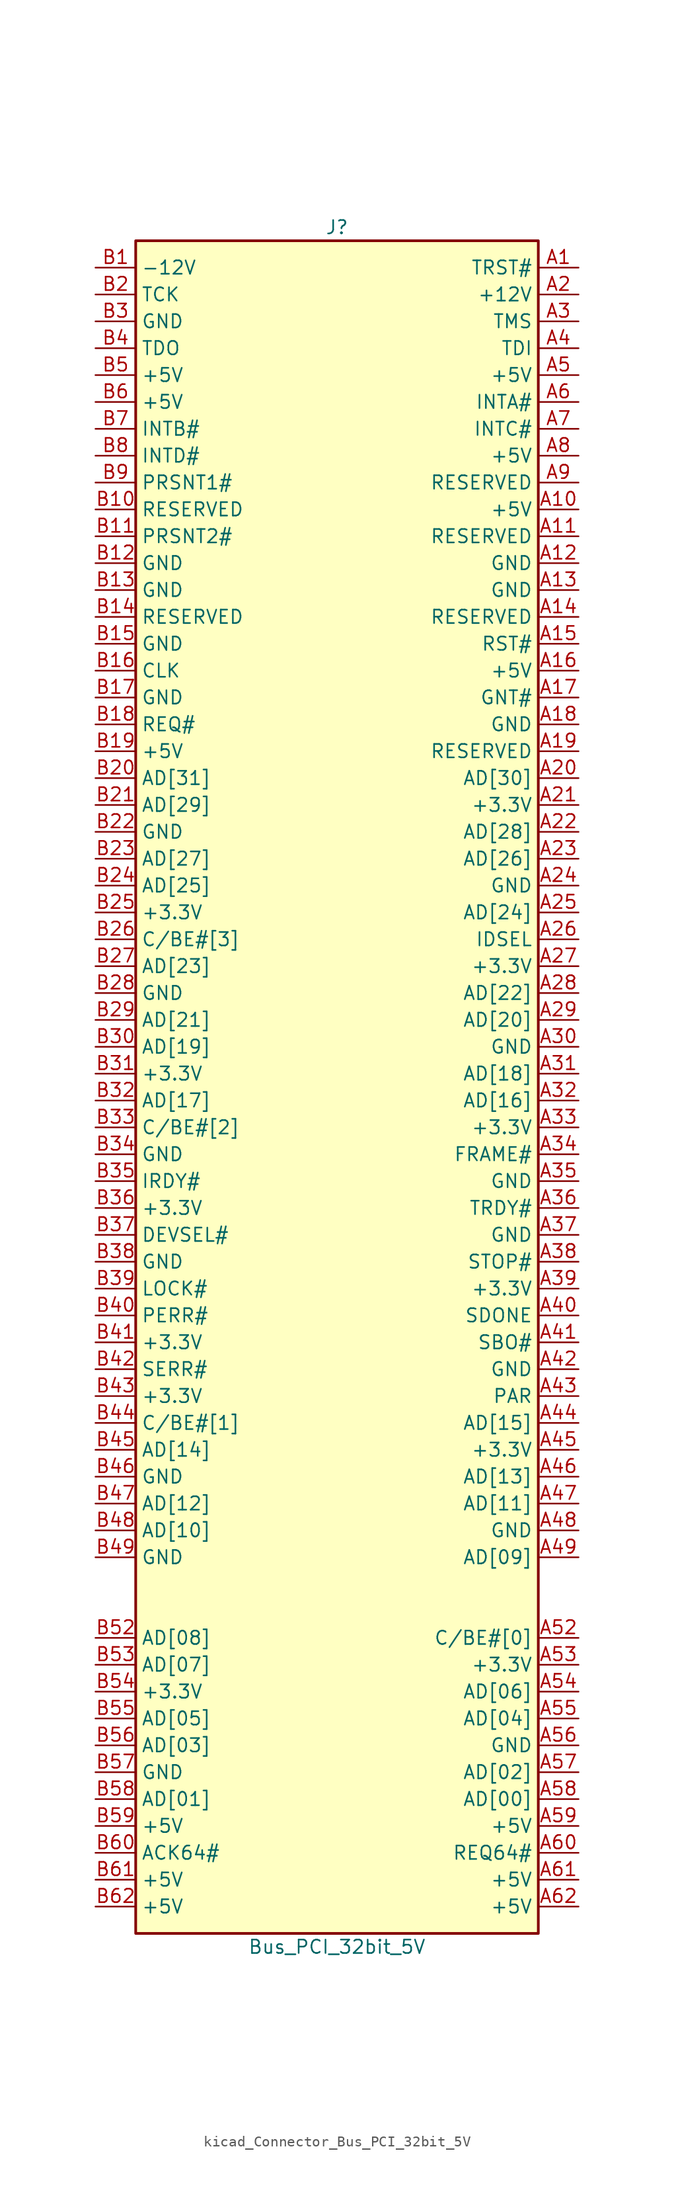
<source format=kicad_sym>
(kicad_symbol_lib
  (version 20220914)
  (generator kicad_symbol_editor)
  (symbol "kicad_Connector_Bus_PCI_32bit_5V"
    (property "Reference" "J"
      (at 0 80.01 0)
      (effects (font (size 1.27 1.27))))
    (property "Value" "Bus_PCI_32bit_5V"
      (at 0 -82.55 0)
      (effects (font (size 1.27 1.27))))
    (symbol "kicad_Connector_Bus_PCI_32bit_5V_0_1"
      (rectangle (start -19.05 -81.28) (end 19.05 78.74) (stroke (width 0.254) (type default)) (fill (type background))))
    (symbol "kicad_Connector_Bus_PCI_32bit_5V_1_1"
      (pin output line (at 22.86 76.2 180) (length 3.81) (name "TRST#" (effects (font (size 1.27 1.27)))) (number "A1" (effects (font (size 1.27 1.27)))))
      (pin power_in line (at 22.86 53.34 180) (length 3.81) (name "+5V" (effects (font (size 1.27 1.27)))) (number "A10" (effects (font (size 1.27 1.27)))))
      (pin passive line (at 22.86 50.8 180) (length 3.81) (name "RESERVED" (effects (font (size 1.27 1.27)))) (number "A11" (effects (font (size 1.27 1.27)))))
      (pin power_in line (at 22.86 48.26 180) (length 3.81) (name "GND" (effects (font (size 1.27 1.27)))) (number "A12" (effects (font (size 1.27 1.27)))))
      (pin power_in line (at 22.86 45.72 180) (length 3.81) (name "GND" (effects (font (size 1.27 1.27)))) (number "A13" (effects (font (size 1.27 1.27)))))
      (pin passive line (at 22.86 43.18 180) (length 3.81) (name "RESERVED" (effects (font (size 1.27 1.27)))) (number "A14" (effects (font (size 1.27 1.27)))))
      (pin output line (at 22.86 40.64 180) (length 3.81) (name "RST#" (effects (font (size 1.27 1.27)))) (number "A15" (effects (font (size 1.27 1.27)))))
      (pin power_in line (at 22.86 38.1 180) (length 3.81) (name "+5V" (effects (font (size 1.27 1.27)))) (number "A16" (effects (font (size 1.27 1.27)))))
      (pin bidirectional line (at 22.86 35.56 180) (length 3.81) (name "GNT#" (effects (font (size 1.27 1.27)))) (number "A17" (effects (font (size 1.27 1.27)))))
      (pin power_in line (at 22.86 33.02 180) (length 3.81) (name "GND" (effects (font (size 1.27 1.27)))) (number "A18" (effects (font (size 1.27 1.27)))))
      (pin passive line (at 22.86 30.48 180) (length 3.81) (name "RESERVED" (effects (font (size 1.27 1.27)))) (number "A19" (effects (font (size 1.27 1.27)))))
      (pin power_in line (at 22.86 73.66 180) (length 3.81) (name "+12V" (effects (font (size 1.27 1.27)))) (number "A2" (effects (font (size 1.27 1.27)))))
      (pin bidirectional line (at 22.86 27.94 180) (length 3.81) (name "AD[30]" (effects (font (size 1.27 1.27)))) (number "A20" (effects (font (size 1.27 1.27)))))
      (pin power_in line (at 22.86 25.4 180) (length 3.81) (name "+3.3V" (effects (font (size 1.27 1.27)))) (number "A21" (effects (font (size 1.27 1.27)))))
      (pin bidirectional line (at 22.86 22.86 180) (length 3.81) (name "AD[28]" (effects (font (size 1.27 1.27)))) (number "A22" (effects (font (size 1.27 1.27)))))
      (pin bidirectional line (at 22.86 20.32 180) (length 3.81) (name "AD[26]" (effects (font (size 1.27 1.27)))) (number "A23" (effects (font (size 1.27 1.27)))))
      (pin power_in line (at 22.86 17.78 180) (length 3.81) (name "GND" (effects (font (size 1.27 1.27)))) (number "A24" (effects (font (size 1.27 1.27)))))
      (pin bidirectional line (at 22.86 15.24 180) (length 3.81) (name "AD[24]" (effects (font (size 1.27 1.27)))) (number "A25" (effects (font (size 1.27 1.27)))))
      (pin output line (at 22.86 12.7 180) (length 3.81) (name "IDSEL" (effects (font (size 1.27 1.27)))) (number "A26" (effects (font (size 1.27 1.27)))))
      (pin power_in line (at 22.86 10.16 180) (length 3.81) (name "+3.3V" (effects (font (size 1.27 1.27)))) (number "A27" (effects (font (size 1.27 1.27)))))
      (pin bidirectional line (at 22.86 7.62 180) (length 3.81) (name "AD[22]" (effects (font (size 1.27 1.27)))) (number "A28" (effects (font (size 1.27 1.27)))))
      (pin bidirectional line (at 22.86 5.08 180) (length 3.81) (name "AD[20]" (effects (font (size 1.27 1.27)))) (number "A29" (effects (font (size 1.27 1.27)))))
      (pin output line (at 22.86 71.12 180) (length 3.81) (name "TMS" (effects (font (size 1.27 1.27)))) (number "A3" (effects (font (size 1.27 1.27)))))
      (pin power_in line (at 22.86 2.54 180) (length 3.81) (name "GND" (effects (font (size 1.27 1.27)))) (number "A30" (effects (font (size 1.27 1.27)))))
      (pin bidirectional line (at 22.86 0 180) (length 3.81) (name "AD[18]" (effects (font (size 1.27 1.27)))) (number "A31" (effects (font (size 1.27 1.27)))))
      (pin bidirectional line (at 22.86 -2.54 180) (length 3.81) (name "AD[16]" (effects (font (size 1.27 1.27)))) (number "A32" (effects (font (size 1.27 1.27)))))
      (pin power_in line (at 22.86 -5.08 180) (length 3.81) (name "+3.3V" (effects (font (size 1.27 1.27)))) (number "A33" (effects (font (size 1.27 1.27)))))
      (pin bidirectional line (at 22.86 -7.62 180) (length 3.81) (name "FRAME#" (effects (font (size 1.27 1.27)))) (number "A34" (effects (font (size 1.27 1.27)))))
      (pin power_in line (at 22.86 -10.16 180) (length 3.81) (name "GND" (effects (font (size 1.27 1.27)))) (number "A35" (effects (font (size 1.27 1.27)))))
      (pin bidirectional line (at 22.86 -12.7 180) (length 3.81) (name "TRDY#" (effects (font (size 1.27 1.27)))) (number "A36" (effects (font (size 1.27 1.27)))))
      (pin power_in line (at 22.86 -15.24 180) (length 3.81) (name "GND" (effects (font (size 1.27 1.27)))) (number "A37" (effects (font (size 1.27 1.27)))))
      (pin bidirectional line (at 22.86 -17.78 180) (length 3.81) (name "STOP#" (effects (font (size 1.27 1.27)))) (number "A38" (effects (font (size 1.27 1.27)))))
      (pin power_in line (at 22.86 -20.32 180) (length 3.81) (name "+3.3V" (effects (font (size 1.27 1.27)))) (number "A39" (effects (font (size 1.27 1.27)))))
      (pin output line (at 22.86 68.58 180) (length 3.81) (name "TDI" (effects (font (size 1.27 1.27)))) (number "A4" (effects (font (size 1.27 1.27)))))
      (pin bidirectional line (at 22.86 -22.86 180) (length 3.81) (name "SDONE" (effects (font (size 1.27 1.27)))) (number "A40" (effects (font (size 1.27 1.27)))))
      (pin bidirectional line (at 22.86 -25.4 180) (length 3.81) (name "SBO#" (effects (font (size 1.27 1.27)))) (number "A41" (effects (font (size 1.27 1.27)))))
      (pin power_in line (at 22.86 -27.94 180) (length 3.81) (name "GND" (effects (font (size 1.27 1.27)))) (number "A42" (effects (font (size 1.27 1.27)))))
      (pin bidirectional line (at 22.86 -30.48 180) (length 3.81) (name "PAR" (effects (font (size 1.27 1.27)))) (number "A43" (effects (font (size 1.27 1.27)))))
      (pin bidirectional line (at 22.86 -33.02 180) (length 3.81) (name "AD[15]" (effects (font (size 1.27 1.27)))) (number "A44" (effects (font (size 1.27 1.27)))))
      (pin power_in line (at 22.86 -35.56 180) (length 3.81) (name "+3.3V" (effects (font (size 1.27 1.27)))) (number "A45" (effects (font (size 1.27 1.27)))))
      (pin bidirectional line (at 22.86 -38.1 180) (length 3.81) (name "AD[13]" (effects (font (size 1.27 1.27)))) (number "A46" (effects (font (size 1.27 1.27)))))
      (pin bidirectional line (at 22.86 -40.64 180) (length 3.81) (name "AD[11]" (effects (font (size 1.27 1.27)))) (number "A47" (effects (font (size 1.27 1.27)))))
      (pin power_in line (at 22.86 -43.18 180) (length 3.81) (name "GND" (effects (font (size 1.27 1.27)))) (number "A48" (effects (font (size 1.27 1.27)))))
      (pin bidirectional line (at 22.86 -45.72 180) (length 3.81) (name "AD[09]" (effects (font (size 1.27 1.27)))) (number "A49" (effects (font (size 1.27 1.27)))))
      (pin power_in line (at 22.86 66.04 180) (length 3.81) (name "+5V" (effects (font (size 1.27 1.27)))) (number "A5" (effects (font (size 1.27 1.27)))))
      (pin bidirectional line (at 22.86 -53.34 180) (length 3.81) (name "C/BE#[0]" (effects (font (size 1.27 1.27)))) (number "A52" (effects (font (size 1.27 1.27)))))
      (pin power_in line (at 22.86 -55.88 180) (length 3.81) (name "+3.3V" (effects (font (size 1.27 1.27)))) (number "A53" (effects (font (size 1.27 1.27)))))
      (pin bidirectional line (at 22.86 -58.42 180) (length 3.81) (name "AD[06]" (effects (font (size 1.27 1.27)))) (number "A54" (effects (font (size 1.27 1.27)))))
      (pin bidirectional line (at 22.86 -60.96 180) (length 3.81) (name "AD[04]" (effects (font (size 1.27 1.27)))) (number "A55" (effects (font (size 1.27 1.27)))))
      (pin power_in line (at 22.86 -63.5 180) (length 3.81) (name "GND" (effects (font (size 1.27 1.27)))) (number "A56" (effects (font (size 1.27 1.27)))))
      (pin bidirectional line (at 22.86 -66.04 180) (length 3.81) (name "AD[02]" (effects (font (size 1.27 1.27)))) (number "A57" (effects (font (size 1.27 1.27)))))
      (pin bidirectional line (at 22.86 -68.58 180) (length 3.81) (name "AD[00]" (effects (font (size 1.27 1.27)))) (number "A58" (effects (font (size 1.27 1.27)))))
      (pin power_in line (at 22.86 -71.12 180) (length 3.81) (name "+5V" (effects (font (size 1.27 1.27)))) (number "A59" (effects (font (size 1.27 1.27)))))
      (pin input line (at 22.86 63.5 180) (length 3.81) (name "INTA#" (effects (font (size 1.27 1.27)))) (number "A6" (effects (font (size 1.27 1.27)))))
      (pin bidirectional line (at 22.86 -73.66 180) (length 3.81) (name "REQ64#" (effects (font (size 1.27 1.27)))) (number "A60" (effects (font (size 1.27 1.27)))))
      (pin power_in line (at 22.86 -76.2 180) (length 3.81) (name "+5V" (effects (font (size 1.27 1.27)))) (number "A61" (effects (font (size 1.27 1.27)))))
      (pin power_in line (at 22.86 -78.74 180) (length 3.81) (name "+5V" (effects (font (size 1.27 1.27)))) (number "A62" (effects (font (size 1.27 1.27)))))
      (pin input line (at 22.86 60.96 180) (length 3.81) (name "INTC#" (effects (font (size 1.27 1.27)))) (number "A7" (effects (font (size 1.27 1.27)))))
      (pin power_in line (at 22.86 58.42 180) (length 3.81) (name "+5V" (effects (font (size 1.27 1.27)))) (number "A8" (effects (font (size 1.27 1.27)))))
      (pin passive line (at 22.86 55.88 180) (length 3.81) (name "RESERVED" (effects (font (size 1.27 1.27)))) (number "A9" (effects (font (size 1.27 1.27)))))
      (pin power_in line (at -22.86 76.2 0) (length 3.81) (name "-12V" (effects (font (size 1.27 1.27)))) (number "B1" (effects (font (size 1.27 1.27)))))
      (pin passive line (at -22.86 53.34 0) (length 3.81) (name "RESERVED" (effects (font (size 1.27 1.27)))) (number "B10" (effects (font (size 1.27 1.27)))))
      (pin input line (at -22.86 50.8 0) (length 3.81) (name "PRSNT2#" (effects (font (size 1.27 1.27)))) (number "B11" (effects (font (size 1.27 1.27)))))
      (pin power_in line (at -22.86 48.26 0) (length 3.81) (name "GND" (effects (font (size 1.27 1.27)))) (number "B12" (effects (font (size 1.27 1.27)))))
      (pin power_in line (at -22.86 45.72 0) (length 3.81) (name "GND" (effects (font (size 1.27 1.27)))) (number "B13" (effects (font (size 1.27 1.27)))))
      (pin passive line (at -22.86 43.18 0) (length 3.81) (name "RESERVED" (effects (font (size 1.27 1.27)))) (number "B14" (effects (font (size 1.27 1.27)))))
      (pin power_in line (at -22.86 40.64 0) (length 3.81) (name "GND" (effects (font (size 1.27 1.27)))) (number "B15" (effects (font (size 1.27 1.27)))))
      (pin output line (at -22.86 38.1 0) (length 3.81) (name "CLK" (effects (font (size 1.27 1.27)))) (number "B16" (effects (font (size 1.27 1.27)))))
      (pin power_in line (at -22.86 35.56 0) (length 3.81) (name "GND" (effects (font (size 1.27 1.27)))) (number "B17" (effects (font (size 1.27 1.27)))))
      (pin bidirectional line (at -22.86 33.02 0) (length 3.81) (name "REQ#" (effects (font (size 1.27 1.27)))) (number "B18" (effects (font (size 1.27 1.27)))))
      (pin power_in line (at -22.86 30.48 0) (length 3.81) (name "+5V" (effects (font (size 1.27 1.27)))) (number "B19" (effects (font (size 1.27 1.27)))))
      (pin output line (at -22.86 73.66 0) (length 3.81) (name "TCK" (effects (font (size 1.27 1.27)))) (number "B2" (effects (font (size 1.27 1.27)))))
      (pin bidirectional line (at -22.86 27.94 0) (length 3.81) (name "AD[31]" (effects (font (size 1.27 1.27)))) (number "B20" (effects (font (size 1.27 1.27)))))
      (pin bidirectional line (at -22.86 25.4 0) (length 3.81) (name "AD[29]" (effects (font (size 1.27 1.27)))) (number "B21" (effects (font (size 1.27 1.27)))))
      (pin power_in line (at -22.86 22.86 0) (length 3.81) (name "GND" (effects (font (size 1.27 1.27)))) (number "B22" (effects (font (size 1.27 1.27)))))
      (pin bidirectional line (at -22.86 20.32 0) (length 3.81) (name "AD[27]" (effects (font (size 1.27 1.27)))) (number "B23" (effects (font (size 1.27 1.27)))))
      (pin bidirectional line (at -22.86 17.78 0) (length 3.81) (name "AD[25]" (effects (font (size 1.27 1.27)))) (number "B24" (effects (font (size 1.27 1.27)))))
      (pin power_in line (at -22.86 15.24 0) (length 3.81) (name "+3.3V" (effects (font (size 1.27 1.27)))) (number "B25" (effects (font (size 1.27 1.27)))))
      (pin bidirectional line (at -22.86 12.7 0) (length 3.81) (name "C/BE#[3]" (effects (font (size 1.27 1.27)))) (number "B26" (effects (font (size 1.27 1.27)))))
      (pin bidirectional line (at -22.86 10.16 0) (length 3.81) (name "AD[23]" (effects (font (size 1.27 1.27)))) (number "B27" (effects (font (size 1.27 1.27)))))
      (pin power_in line (at -22.86 7.62 0) (length 3.81) (name "GND" (effects (font (size 1.27 1.27)))) (number "B28" (effects (font (size 1.27 1.27)))))
      (pin bidirectional line (at -22.86 5.08 0) (length 3.81) (name "AD[21]" (effects (font (size 1.27 1.27)))) (number "B29" (effects (font (size 1.27 1.27)))))
      (pin power_in line (at -22.86 71.12 0) (length 3.81) (name "GND" (effects (font (size 1.27 1.27)))) (number "B3" (effects (font (size 1.27 1.27)))))
      (pin bidirectional line (at -22.86 2.54 0) (length 3.81) (name "AD[19]" (effects (font (size 1.27 1.27)))) (number "B30" (effects (font (size 1.27 1.27)))))
      (pin power_in line (at -22.86 0 0) (length 3.81) (name "+3.3V" (effects (font (size 1.27 1.27)))) (number "B31" (effects (font (size 1.27 1.27)))))
      (pin bidirectional line (at -22.86 -2.54 0) (length 3.81) (name "AD[17]" (effects (font (size 1.27 1.27)))) (number "B32" (effects (font (size 1.27 1.27)))))
      (pin bidirectional line (at -22.86 -5.08 0) (length 3.81) (name "C/BE#[2]" (effects (font (size 1.27 1.27)))) (number "B33" (effects (font (size 1.27 1.27)))))
      (pin power_in line (at -22.86 -7.62 0) (length 3.81) (name "GND" (effects (font (size 1.27 1.27)))) (number "B34" (effects (font (size 1.27 1.27)))))
      (pin bidirectional line (at -22.86 -10.16 0) (length 3.81) (name "IRDY#" (effects (font (size 1.27 1.27)))) (number "B35" (effects (font (size 1.27 1.27)))))
      (pin power_in line (at -22.86 -12.7 0) (length 3.81) (name "+3.3V" (effects (font (size 1.27 1.27)))) (number "B36" (effects (font (size 1.27 1.27)))))
      (pin bidirectional line (at -22.86 -15.24 0) (length 3.81) (name "DEVSEL#" (effects (font (size 1.27 1.27)))) (number "B37" (effects (font (size 1.27 1.27)))))
      (pin power_in line (at -22.86 -17.78 0) (length 3.81) (name "GND" (effects (font (size 1.27 1.27)))) (number "B38" (effects (font (size 1.27 1.27)))))
      (pin bidirectional line (at -22.86 -20.32 0) (length 3.81) (name "LOCK#" (effects (font (size 1.27 1.27)))) (number "B39" (effects (font (size 1.27 1.27)))))
      (pin input line (at -22.86 68.58 0) (length 3.81) (name "TDO" (effects (font (size 1.27 1.27)))) (number "B4" (effects (font (size 1.27 1.27)))))
      (pin bidirectional line (at -22.86 -22.86 0) (length 3.81) (name "PERR#" (effects (font (size 1.27 1.27)))) (number "B40" (effects (font (size 1.27 1.27)))))
      (pin power_in line (at -22.86 -25.4 0) (length 3.81) (name "+3.3V" (effects (font (size 1.27 1.27)))) (number "B41" (effects (font (size 1.27 1.27)))))
      (pin input line (at -22.86 -27.94 0) (length 3.81) (name "SERR#" (effects (font (size 1.27 1.27)))) (number "B42" (effects (font (size 1.27 1.27)))))
      (pin power_in line (at -22.86 -30.48 0) (length 3.81) (name "+3.3V" (effects (font (size 1.27 1.27)))) (number "B43" (effects (font (size 1.27 1.27)))))
      (pin bidirectional line (at -22.86 -33.02 0) (length 3.81) (name "C/BE#[1]" (effects (font (size 1.27 1.27)))) (number "B44" (effects (font (size 1.27 1.27)))))
      (pin bidirectional line (at -22.86 -35.56 0) (length 3.81) (name "AD[14]" (effects (font (size 1.27 1.27)))) (number "B45" (effects (font (size 1.27 1.27)))))
      (pin power_in line (at -22.86 -38.1 0) (length 3.81) (name "GND" (effects (font (size 1.27 1.27)))) (number "B46" (effects (font (size 1.27 1.27)))))
      (pin bidirectional line (at -22.86 -40.64 0) (length 3.81) (name "AD[12]" (effects (font (size 1.27 1.27)))) (number "B47" (effects (font (size 1.27 1.27)))))
      (pin bidirectional line (at -22.86 -43.18 0) (length 3.81) (name "AD[10]" (effects (font (size 1.27 1.27)))) (number "B48" (effects (font (size 1.27 1.27)))))
      (pin power_in line (at -22.86 -45.72 0) (length 3.81) (name "GND" (effects (font (size 1.27 1.27)))) (number "B49" (effects (font (size 1.27 1.27)))))
      (pin power_in line (at -22.86 66.04 0) (length 3.81) (name "+5V" (effects (font (size 1.27 1.27)))) (number "B5" (effects (font (size 1.27 1.27)))))
      (pin bidirectional line (at -22.86 -53.34 0) (length 3.81) (name "AD[08]" (effects (font (size 1.27 1.27)))) (number "B52" (effects (font (size 1.27 1.27)))))
      (pin bidirectional line (at -22.86 -55.88 0) (length 3.81) (name "AD[07]" (effects (font (size 1.27 1.27)))) (number "B53" (effects (font (size 1.27 1.27)))))
      (pin input line (at -22.86 -58.42 0) (length 3.81) (name "+3.3V" (effects (font (size 1.27 1.27)))) (number "B54" (effects (font (size 1.27 1.27)))))
      (pin bidirectional line (at -22.86 -60.96 0) (length 3.81) (name "AD[05]" (effects (font (size 1.27 1.27)))) (number "B55" (effects (font (size 1.27 1.27)))))
      (pin bidirectional line (at -22.86 -63.5 0) (length 3.81) (name "AD[03]" (effects (font (size 1.27 1.27)))) (number "B56" (effects (font (size 1.27 1.27)))))
      (pin power_in line (at -22.86 -66.04 0) (length 3.81) (name "GND" (effects (font (size 1.27 1.27)))) (number "B57" (effects (font (size 1.27 1.27)))))
      (pin bidirectional line (at -22.86 -68.58 0) (length 3.81) (name "AD[01]" (effects (font (size 1.27 1.27)))) (number "B58" (effects (font (size 1.27 1.27)))))
      (pin power_in line (at -22.86 -71.12 0) (length 3.81) (name "+5V" (effects (font (size 1.27 1.27)))) (number "B59" (effects (font (size 1.27 1.27)))))
      (pin power_in line (at -22.86 63.5 0) (length 3.81) (name "+5V" (effects (font (size 1.27 1.27)))) (number "B6" (effects (font (size 1.27 1.27)))))
      (pin bidirectional line (at -22.86 -73.66 0) (length 3.81) (name "ACK64#" (effects (font (size 1.27 1.27)))) (number "B60" (effects (font (size 1.27 1.27)))))
      (pin power_in line (at -22.86 -76.2 0) (length 3.81) (name "+5V" (effects (font (size 1.27 1.27)))) (number "B61" (effects (font (size 1.27 1.27)))))
      (pin power_in line (at -22.86 -78.74 0) (length 3.81) (name "+5V" (effects (font (size 1.27 1.27)))) (number "B62" (effects (font (size 1.27 1.27)))))
      (pin input line (at -22.86 60.96 0) (length 3.81) (name "INTB#" (effects (font (size 1.27 1.27)))) (number "B7" (effects (font (size 1.27 1.27)))))
      (pin input line (at -22.86 58.42 0) (length 3.81) (name "INTD#" (effects (font (size 1.27 1.27)))) (number "B8" (effects (font (size 1.27 1.27)))))
      (pin input line (at -22.86 55.88 0) (length 3.81) (name "PRSNT1#" (effects (font (size 1.27 1.27)))) (number "B9" (effects (font (size 1.27 1.27))))))))
</source>
